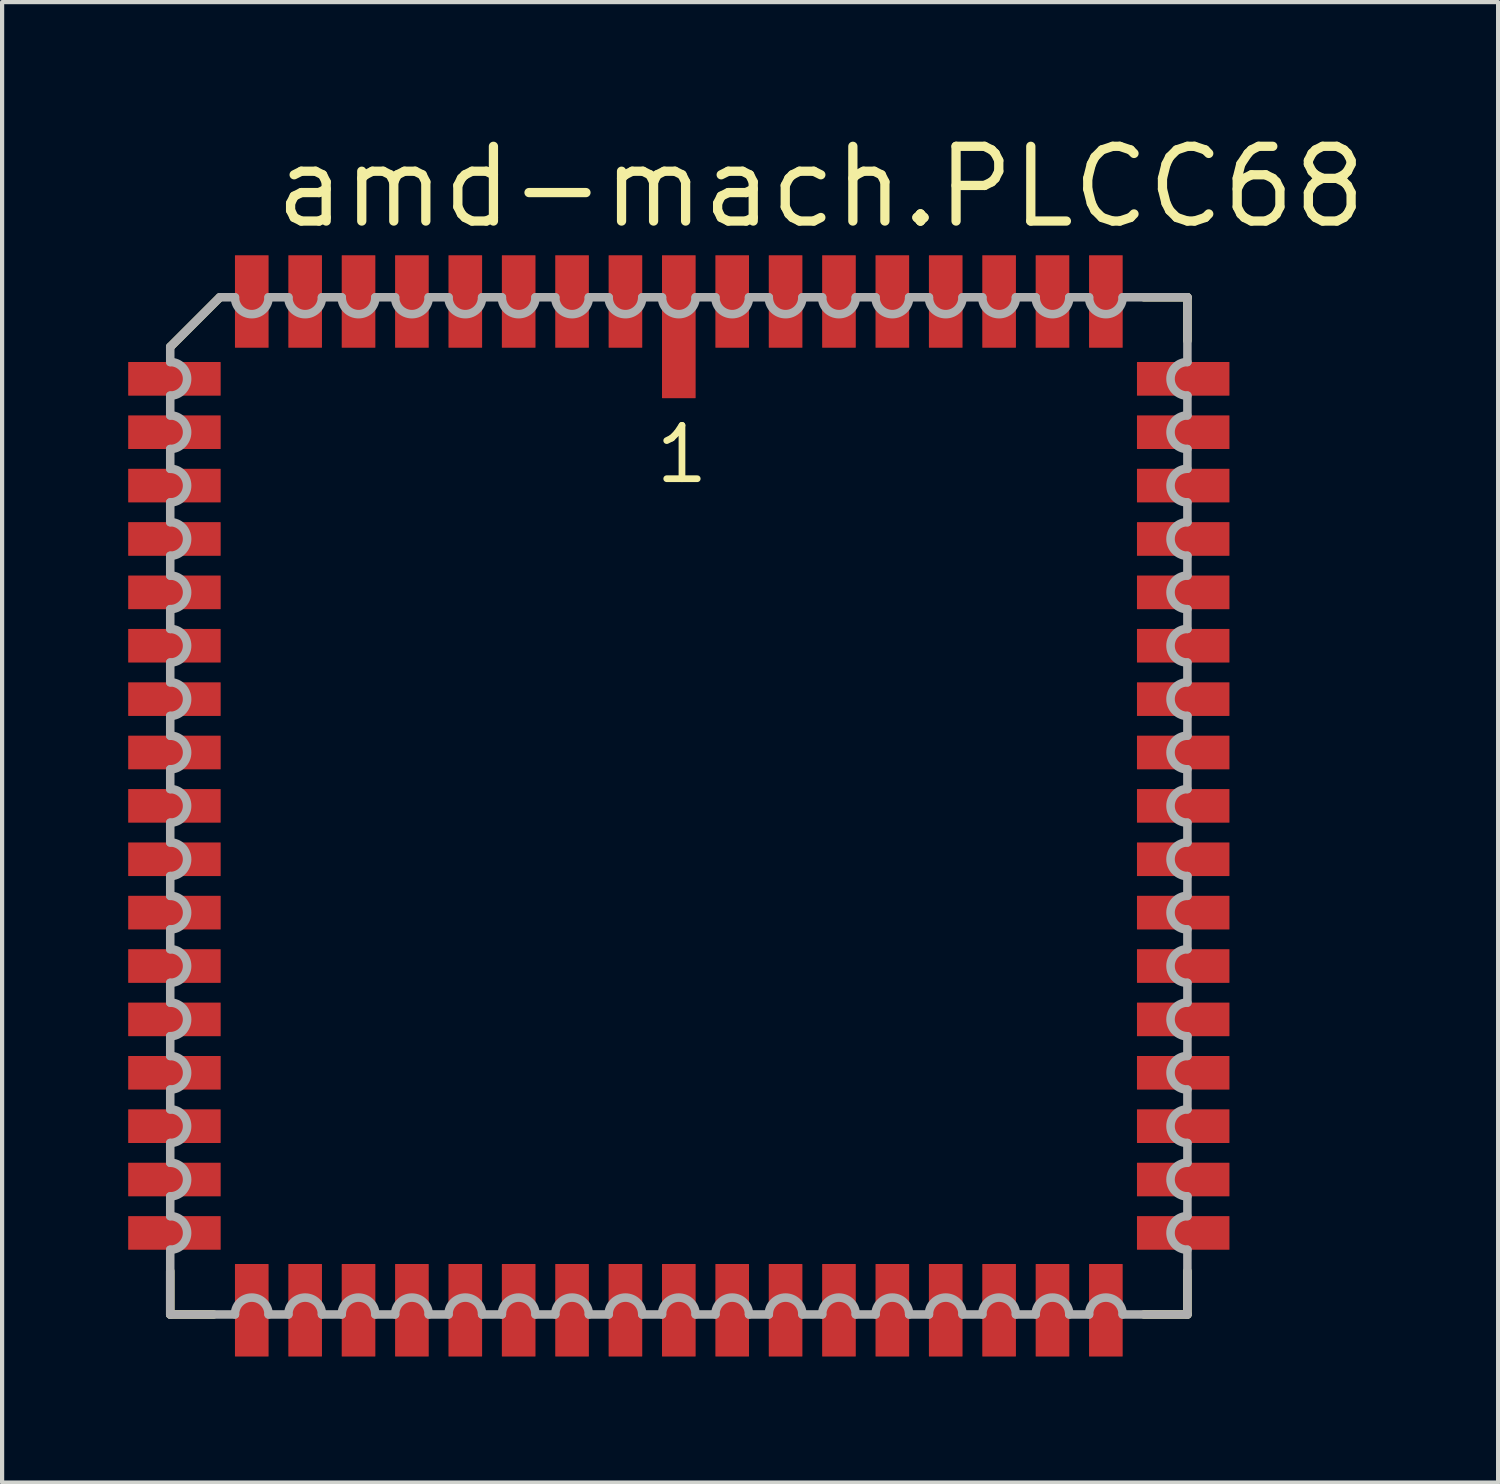
<source format=kicad_pcb>
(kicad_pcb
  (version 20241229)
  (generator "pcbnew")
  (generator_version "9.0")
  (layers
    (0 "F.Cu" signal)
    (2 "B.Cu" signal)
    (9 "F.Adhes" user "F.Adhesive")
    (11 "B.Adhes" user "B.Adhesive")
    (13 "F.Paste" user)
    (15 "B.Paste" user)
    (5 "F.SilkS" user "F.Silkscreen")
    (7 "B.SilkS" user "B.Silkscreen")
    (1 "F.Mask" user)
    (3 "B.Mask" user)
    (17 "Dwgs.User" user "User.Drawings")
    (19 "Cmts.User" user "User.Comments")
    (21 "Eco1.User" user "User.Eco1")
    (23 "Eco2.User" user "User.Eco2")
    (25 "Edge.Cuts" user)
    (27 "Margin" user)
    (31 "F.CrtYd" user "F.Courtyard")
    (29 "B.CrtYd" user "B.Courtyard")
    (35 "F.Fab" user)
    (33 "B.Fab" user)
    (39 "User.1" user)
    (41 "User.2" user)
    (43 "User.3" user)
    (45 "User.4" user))
  (footprint "amd-mach.PLCC68"
    (layer "F.Cu")
    (at 13.1 16.123)
    (property "Reference" "amd-mach.PLCC68" (at -9.72 -13.685 0) (layer "F.SilkS") (effects (font (size 1.778 1.778) (thickness 0.22)) (justify left bottom)))
    (attr smd)
    (fp_line (start -12.1 11.068) (end -12.1 12.1) (stroke (width 0.203) (type default)) (layer "F.SilkS"))
    (fp_line (start -12.1 12.1) (end -11.068 12.1) (stroke (width 0.203) (type default)) (layer "F.SilkS"))
    (fp_line (start -10.92 -12.1) (end -12.1 -10.92) (stroke (width 0.203) (type default)) (layer "F.SilkS"))
    (fp_line (start 11.068 12.1) (end 12.1 12.1) (stroke (width 0.203) (type default)) (layer "F.SilkS"))
    (fp_line (start 12.1 -12.1) (end 11.068 -12.1) (stroke (width 0.203) (type default)) (layer "F.SilkS"))
    (fp_line (start 12.1 -11.068) (end 12.1 -12.1) (stroke (width 0.203) (type default)) (layer "F.SilkS"))
    (fp_line (start 12.1 12.1) (end 12.1 11.068) (stroke (width 0.203) (type default)) (layer "F.SilkS"))
    (fp_line (start -12.1 -10.92) (end -12.1 -10.56) (stroke (width 0.203) (type default)) (layer "F.Fab"))
    (fp_line (start -12.1 -9.76) (end -12.1 -9.29) (stroke (width 0.203) (type default)) (layer "F.Fab"))
    (fp_line (start -12.1 -8.49) (end -12.1 -8.02) (stroke (width 0.203) (type default)) (layer "F.Fab"))
    (fp_line (start -12.1 -7.22) (end -12.1 -6.75) (stroke (width 0.203) (type default)) (layer "F.Fab"))
    (fp_line (start -12.1 -5.95) (end -12.1 -5.48) (stroke (width 0.203) (type default)) (layer "F.Fab"))
    (fp_line (start -12.1 -4.68) (end -12.1 -4.21) (stroke (width 0.203) (type default)) (layer "F.Fab"))
    (fp_line (start -12.1 -3.41) (end -12.1 -2.94) (stroke (width 0.203) (type default)) (layer "F.Fab"))
    (fp_line (start -12.1 -2.14) (end -12.1 -1.67) (stroke (width 0.203) (type default)) (layer "F.Fab"))
    (fp_line (start -12.1 -0.87) (end -12.1 -0.4) (stroke (width 0.203) (type default)) (layer "F.Fab"))
    (fp_line (start -12.1 0.4) (end -12.1 0.87) (stroke (width 0.203) (type default)) (layer "F.Fab"))
    (fp_line (start -12.1 1.67) (end -12.1 2.14) (stroke (width 0.203) (type default)) (layer "F.Fab"))
    (fp_line (start -12.1 2.94) (end -12.1 3.41) (stroke (width 0.203) (type default)) (layer "F.Fab"))
    (fp_line (start -12.1 4.21) (end -12.1 4.68) (stroke (width 0.203) (type default)) (layer "F.Fab"))
    (fp_line (start -12.1 5.48) (end -12.1 5.95) (stroke (width 0.203) (type default)) (layer "F.Fab"))
    (fp_line (start -12.1 6.75) (end -12.1 7.22) (stroke (width 0.203) (type default)) (layer "F.Fab"))
    (fp_line (start -12.1 8.02) (end -12.1 8.49) (stroke (width 0.203) (type default)) (layer "F.Fab"))
    (fp_line (start -12.1 9.29) (end -12.1 9.76) (stroke (width 0.203) (type default)) (layer "F.Fab"))
    (fp_line (start -12.1 10.56) (end -12.1 12.1) (stroke (width 0.203) (type default)) (layer "F.Fab"))
    (fp_line (start -12.1 12.1) (end -10.56 12.1) (stroke (width 0.203) (type default)) (layer "F.Fab"))
    (fp_line (start -10.92 -12.1) (end -12.1 -10.92) (stroke (width 0.203) (type default)) (layer "F.Fab"))
    (fp_line (start -10.56 -12.1) (end -10.92 -12.1) (stroke (width 0.203) (type default)) (layer "F.Fab"))
    (fp_line (start -9.76 12.1) (end -9.29 12.1) (stroke (width 0.203) (type default)) (layer "F.Fab"))
    (fp_line (start -9.29 -12.1) (end -9.76 -12.1) (stroke (width 0.203) (type default)) (layer "F.Fab"))
    (fp_line (start -8.49 12.1) (end -8.02 12.1) (stroke (width 0.203) (type default)) (layer "F.Fab"))
    (fp_line (start -8.02 -12.1) (end -8.49 -12.1) (stroke (width 0.203) (type default)) (layer "F.Fab"))
    (fp_line (start -7.22 12.1) (end -6.75 12.1) (stroke (width 0.203) (type default)) (layer "F.Fab"))
    (fp_line (start -6.75 -12.1) (end -7.22 -12.1) (stroke (width 0.203) (type default)) (layer "F.Fab"))
    (fp_line (start -5.95 12.1) (end -5.48 12.1) (stroke (width 0.203) (type default)) (layer "F.Fab"))
    (fp_line (start -5.48 -12.1) (end -5.95 -12.1) (stroke (width 0.203) (type default)) (layer "F.Fab"))
    (fp_line (start -4.68 12.1) (end -4.21 12.1) (stroke (width 0.203) (type default)) (layer "F.Fab"))
    (fp_line (start -4.21 -12.1) (end -4.68 -12.1) (stroke (width 0.203) (type default)) (layer "F.Fab"))
    (fp_line (start -3.41 12.1) (end -2.94 12.1) (stroke (width 0.203) (type default)) (layer "F.Fab"))
    (fp_line (start -2.94 -12.1) (end -3.41 -12.1) (stroke (width 0.203) (type default)) (layer "F.Fab"))
    (fp_line (start -2.14 12.1) (end -1.67 12.1) (stroke (width 0.203) (type default)) (layer "F.Fab"))
    (fp_line (start -1.67 -12.1) (end -2.14 -12.1) (stroke (width 0.203) (type default)) (layer "F.Fab"))
    (fp_line (start -0.87 12.1) (end -0.4 12.1) (stroke (width 0.203) (type default)) (layer "F.Fab"))
    (fp_line (start -0.4 -12.1) (end -0.87 -12.1) (stroke (width 0.203) (type default)) (layer "F.Fab"))
    (fp_line (start 0.4 12.1) (end 0.87 12.1) (stroke (width 0.203) (type default)) (layer "F.Fab"))
    (fp_line (start 0.87 -12.1) (end 0.4 -12.1) (stroke (width 0.203) (type default)) (layer "F.Fab"))
    (fp_line (start 1.67 12.1) (end 2.14 12.1) (stroke (width 0.203) (type default)) (layer "F.Fab"))
    (fp_line (start 2.14 -12.1) (end 1.67 -12.1) (stroke (width 0.203) (type default)) (layer "F.Fab"))
    (fp_line (start 2.94 12.1) (end 3.41 12.1) (stroke (width 0.203) (type default)) (layer "F.Fab"))
    (fp_line (start 3.41 -12.1) (end 2.94 -12.1) (stroke (width 0.203) (type default)) (layer "F.Fab"))
    (fp_line (start 4.21 12.1) (end 4.68 12.1) (stroke (width 0.203) (type default)) (layer "F.Fab"))
    (fp_line (start 4.68 -12.1) (end 4.21 -12.1) (stroke (width 0.203) (type default)) (layer "F.Fab"))
    (fp_line (start 5.48 12.1) (end 5.95 12.1) (stroke (width 0.203) (type default)) (layer "F.Fab"))
    (fp_line (start 5.95 -12.1) (end 5.48 -12.1) (stroke (width 0.203) (type default)) (layer "F.Fab"))
    (fp_line (start 6.75 12.1) (end 7.22 12.1) (stroke (width 0.203) (type default)) (layer "F.Fab"))
    (fp_line (start 7.22 -12.1) (end 6.75 -12.1) (stroke (width 0.203) (type default)) (layer "F.Fab"))
    (fp_line (start 8.02 12.1) (end 8.49 12.1) (stroke (width 0.203) (type default)) (layer "F.Fab"))
    (fp_line (start 8.49 -12.1) (end 8.02 -12.1) (stroke (width 0.203) (type default)) (layer "F.Fab"))
    (fp_line (start 9.29 12.1) (end 9.76 12.1) (stroke (width 0.203) (type default)) (layer "F.Fab"))
    (fp_line (start 9.76 -12.1) (end 9.29 -12.1) (stroke (width 0.203) (type default)) (layer "F.Fab"))
    (fp_line (start 10.56 12.1) (end 12.1 12.1) (stroke (width 0.203) (type default)) (layer "F.Fab"))
    (fp_line (start 12.1 -12.1) (end 10.56 -12.1) (stroke (width 0.203) (type default)) (layer "F.Fab"))
    (fp_line (start 12.1 -10.56) (end 12.1 -12.1) (stroke (width 0.203) (type default)) (layer "F.Fab"))
    (fp_line (start 12.1 -9.29) (end 12.1 -9.76) (stroke (width 0.203) (type default)) (layer "F.Fab"))
    (fp_line (start 12.1 -8.02) (end 12.1 -8.49) (stroke (width 0.203) (type default)) (layer "F.Fab"))
    (fp_line (start 12.1 -6.75) (end 12.1 -7.22) (stroke (width 0.203) (type default)) (layer "F.Fab"))
    (fp_line (start 12.1 -5.48) (end 12.1 -5.95) (stroke (width 0.203) (type default)) (layer "F.Fab"))
    (fp_line (start 12.1 -4.21) (end 12.1 -4.68) (stroke (width 0.203) (type default)) (layer "F.Fab"))
    (fp_line (start 12.1 -2.94) (end 12.1 -3.41) (stroke (width 0.203) (type default)) (layer "F.Fab"))
    (fp_line (start 12.1 -1.67) (end 12.1 -2.14) (stroke (width 0.203) (type default)) (layer "F.Fab"))
    (fp_line (start 12.1 -0.4) (end 12.1 -0.87) (stroke (width 0.203) (type default)) (layer "F.Fab"))
    (fp_line (start 12.1 0.87) (end 12.1 0.4) (stroke (width 0.203) (type default)) (layer "F.Fab"))
    (fp_line (start 12.1 2.14) (end 12.1 1.67) (stroke (width 0.203) (type default)) (layer "F.Fab"))
    (fp_line (start 12.1 3.41) (end 12.1 2.94) (stroke (width 0.203) (type default)) (layer "F.Fab"))
    (fp_line (start 12.1 4.68) (end 12.1 4.21) (stroke (width 0.203) (type default)) (layer "F.Fab"))
    (fp_line (start 12.1 5.95) (end 12.1 5.48) (stroke (width 0.203) (type default)) (layer "F.Fab"))
    (fp_line (start 12.1 7.22) (end 12.1 6.75) (stroke (width 0.203) (type default)) (layer "F.Fab"))
    (fp_line (start 12.1 8.49) (end 12.1 8.02) (stroke (width 0.203) (type default)) (layer "F.Fab"))
    (fp_line (start 12.1 9.76) (end 12.1 9.29) (stroke (width 0.203) (type default)) (layer "F.Fab"))
    (fp_line (start 12.1 12.1) (end 12.1 10.56) (stroke (width 0.203) (type default)) (layer "F.Fab"))
    (fp_arc (start -12.0984 -10.56) (mid -11.6984 -10.16) (end -12.0984 -9.76) (stroke (width 0.2032) (type default)) (layer "F.Fab"))
    (fp_arc (start -12.0984 -9.29) (mid -11.6984 -8.89) (end -12.0984 -8.49) (stroke (width 0.2032) (type default)) (layer "F.Fab"))
    (fp_arc (start -12.0984 -8.02) (mid -11.6984 -7.62) (end -12.0984 -7.22) (stroke (width 0.2032) (type default)) (layer "F.Fab"))
    (fp_arc (start -12.0984 -6.75) (mid -11.6984 -6.35) (end -12.0984 -5.95) (stroke (width 0.2032) (type default)) (layer "F.Fab"))
    (fp_arc (start -12.0984 -5.48) (mid -11.6984 -5.08) (end -12.0984 -4.68) (stroke (width 0.2032) (type default)) (layer "F.Fab"))
    (fp_arc (start -12.0984 -4.21) (mid -11.6984 -3.81) (end -12.0984 -3.41) (stroke (width 0.2032) (type default)) (layer "F.Fab"))
    (fp_arc (start -12.0984 -2.94) (mid -11.6984 -2.54) (end -12.0984 -2.14) (stroke (width 0.2032) (type default)) (layer "F.Fab"))
    (fp_arc (start -12.0984 -1.67) (mid -11.6984 -1.27) (end -12.0984 -0.87) (stroke (width 0.2032) (type default)) (layer "F.Fab"))
    (fp_arc (start -12.0984 -0.4) (mid -11.6984 0) (end -12.0984 0.4) (stroke (width 0.2032) (type default)) (layer "F.Fab"))
    (fp_arc (start -12.0984 0.87) (mid -11.6984 1.27) (end -12.0984 1.67) (stroke (width 0.2032) (type default)) (layer "F.Fab"))
    (fp_arc (start -12.0984 2.14) (mid -11.6984 2.54) (end -12.0984 2.94) (stroke (width 0.2032) (type default)) (layer "F.Fab"))
    (fp_arc (start -12.0984 3.41) (mid -11.6984 3.81) (end -12.0984 4.21) (stroke (width 0.2032) (type default)) (layer "F.Fab"))
    (fp_arc (start -12.0984 4.68) (mid -11.6984 5.08) (end -12.0984 5.48) (stroke (width 0.2032) (type default)) (layer "F.Fab"))
    (fp_arc (start -12.0984 5.95) (mid -11.6984 6.35) (end -12.0984 6.75) (stroke (width 0.2032) (type default)) (layer "F.Fab"))
    (fp_arc (start -12.0984 7.22) (mid -11.6984 7.62) (end -12.0984 8.02) (stroke (width 0.2032) (type default)) (layer "F.Fab"))
    (fp_arc (start -12.0984 8.49) (mid -11.6984 8.89) (end -12.0984 9.29) (stroke (width 0.2032) (type default)) (layer "F.Fab"))
    (fp_arc (start -12.0984 9.76) (mid -11.6984 10.16) (end -12.0984 10.56) (stroke (width 0.2032) (type default)) (layer "F.Fab"))
    (fp_arc (start -10.56 12.0984) (mid -10.16 11.6984) (end -9.76 12.0984) (stroke (width 0.2032) (type default)) (layer "F.Fab"))
    (fp_arc (start -9.76 -12.0984) (mid -10.16 -11.6984) (end -10.56 -12.0984) (stroke (width 0.2032) (type default)) (layer "F.Fab"))
    (fp_arc (start -9.29 12.0984) (mid -8.89 11.6984) (end -8.49 12.0984) (stroke (width 0.2032) (type default)) (layer "F.Fab"))
    (fp_arc (start -8.49 -12.0984) (mid -8.89 -11.6984) (end -9.29 -12.0984) (stroke (width 0.2032) (type default)) (layer "F.Fab"))
    (fp_arc (start -8.02 12.0984) (mid -7.62 11.6984) (end -7.22 12.0984) (stroke (width 0.2032) (type default)) (layer "F.Fab"))
    (fp_arc (start -7.22 -12.0984) (mid -7.62 -11.6984) (end -8.02 -12.0984) (stroke (width 0.2032) (type default)) (layer "F.Fab"))
    (fp_arc (start -6.75 12.0984) (mid -6.35 11.6984) (end -5.95 12.0984) (stroke (width 0.2032) (type default)) (layer "F.Fab"))
    (fp_arc (start -5.95 -12.0984) (mid -6.35 -11.6984) (end -6.75 -12.0984) (stroke (width 0.2032) (type default)) (layer "F.Fab"))
    (fp_arc (start -5.48 12.0984) (mid -5.08 11.6984) (end -4.68 12.0984) (stroke (width 0.2032) (type default)) (layer "F.Fab"))
    (fp_arc (start -4.68 -12.0984) (mid -5.08 -11.6984) (end -5.48 -12.0984) (stroke (width 0.2032) (type default)) (layer "F.Fab"))
    (fp_arc (start -4.21 12.0984) (mid -3.81 11.6984) (end -3.41 12.0984) (stroke (width 0.2032) (type default)) (layer "F.Fab"))
    (fp_arc (start -3.41 -12.0984) (mid -3.81 -11.6984) (end -4.21 -12.0984) (stroke (width 0.2032) (type default)) (layer "F.Fab"))
    (fp_arc (start -2.94 12.0984) (mid -2.54 11.6984) (end -2.14 12.0984) (stroke (width 0.2032) (type default)) (layer "F.Fab"))
    (fp_arc (start -2.14 -12.0984) (mid -2.54 -11.6984) (end -2.94 -12.0984) (stroke (width 0.2032) (type default)) (layer "F.Fab"))
    (fp_arc (start -1.67 12.0984) (mid -1.27 11.6984) (end -0.87 12.0984) (stroke (width 0.2032) (type default)) (layer "F.Fab"))
    (fp_arc (start -0.87 -12.0984) (mid -1.27 -11.6984) (end -1.67 -12.0984) (stroke (width 0.2032) (type default)) (layer "F.Fab"))
    (fp_arc (start -0.4 12.0984) (mid 0 11.6984) (end 0.4 12.0984) (stroke (width 0.2032) (type default)) (layer "F.Fab"))
    (fp_arc (start 0.4 -12.0984) (mid 0 -11.6984) (end -0.4 -12.0984) (stroke (width 0.2032) (type default)) (layer "F.Fab"))
    (fp_arc (start 0.87 12.0984) (mid 1.27 11.6984) (end 1.67 12.0984) (stroke (width 0.2032) (type default)) (layer "F.Fab"))
    (fp_arc (start 1.67 -12.0984) (mid 1.27 -11.6984) (end 0.87 -12.0984) (stroke (width 0.2032) (type default)) (layer "F.Fab"))
    (fp_arc (start 2.14 12.0984) (mid 2.54 11.6984) (end 2.94 12.0984) (stroke (width 0.2032) (type default)) (layer "F.Fab"))
    (fp_arc (start 2.94 -12.0984) (mid 2.54 -11.6984) (end 2.14 -12.0984) (stroke (width 0.2032) (type default)) (layer "F.Fab"))
    (fp_arc (start 3.41 12.0984) (mid 3.81 11.6984) (end 4.21 12.0984) (stroke (width 0.2032) (type default)) (layer "F.Fab"))
    (fp_arc (start 4.21 -12.0984) (mid 3.81 -11.6984) (end 3.41 -12.0984) (stroke (width 0.2032) (type default)) (layer "F.Fab"))
    (fp_arc (start 4.68 12.0984) (mid 5.08 11.6984) (end 5.48 12.0984) (stroke (width 0.2032) (type default)) (layer "F.Fab"))
    (fp_arc (start 5.48 -12.0984) (mid 5.08 -11.6984) (end 4.68 -12.0984) (stroke (width 0.2032) (type default)) (layer "F.Fab"))
    (fp_arc (start 5.95 12.0984) (mid 6.35 11.6984) (end 6.75 12.0984) (stroke (width 0.2032) (type default)) (layer "F.Fab"))
    (fp_arc (start 6.75 -12.0984) (mid 6.35 -11.6984) (end 5.95 -12.0984) (stroke (width 0.2032) (type default)) (layer "F.Fab"))
    (fp_arc (start 7.22 12.0984) (mid 7.62 11.6984) (end 8.02 12.0984) (stroke (width 0.2032) (type default)) (layer "F.Fab"))
    (fp_arc (start 8.02 -12.0984) (mid 7.62 -11.6984) (end 7.22 -12.0984) (stroke (width 0.2032) (type default)) (layer "F.Fab"))
    (fp_arc (start 8.49 12.0984) (mid 8.89 11.6984) (end 9.29 12.0984) (stroke (width 0.2032) (type default)) (layer "F.Fab"))
    (fp_arc (start 9.29 -12.0984) (mid 8.89 -11.6984) (end 8.49 -12.0984) (stroke (width 0.2032) (type default)) (layer "F.Fab"))
    (fp_arc (start 9.76 12.0984) (mid 10.16 11.6984) (end 10.56 12.0984) (stroke (width 0.2032) (type default)) (layer "F.Fab"))
    (fp_arc (start 10.56 -12.0984) (mid 10.16 -11.6984) (end 9.76 -12.0984) (stroke (width 0.2032) (type default)) (layer "F.Fab"))
    (fp_arc (start 12.0984 -9.76) (mid 11.6984 -10.16) (end 12.0984 -10.56) (stroke (width 0.2032) (type default)) (layer "F.Fab"))
    (fp_arc (start 12.0984 -8.49) (mid 11.6984 -8.89) (end 12.0984 -9.29) (stroke (width 0.2032) (type default)) (layer "F.Fab"))
    (fp_arc (start 12.0984 -7.22) (mid 11.6984 -7.62) (end 12.0984 -8.02) (stroke (width 0.2032) (type default)) (layer "F.Fab"))
    (fp_arc (start 12.0984 -5.95) (mid 11.6984 -6.35) (end 12.0984 -6.75) (stroke (width 0.2032) (type default)) (layer "F.Fab"))
    (fp_arc (start 12.0984 -4.68) (mid 11.6984 -5.08) (end 12.0984 -5.48) (stroke (width 0.2032) (type default)) (layer "F.Fab"))
    (fp_arc (start 12.0984 -3.41) (mid 11.6984 -3.81) (end 12.0984 -4.21) (stroke (width 0.2032) (type default)) (layer "F.Fab"))
    (fp_arc (start 12.0984 -2.14) (mid 11.6984 -2.54) (end 12.0984 -2.94) (stroke (width 0.2032) (type default)) (layer "F.Fab"))
    (fp_arc (start 12.0984 -0.87) (mid 11.6984 -1.27) (end 12.0984 -1.67) (stroke (width 0.2032) (type default)) (layer "F.Fab"))
    (fp_arc (start 12.0984 0.4) (mid 11.6984 0) (end 12.0984 -0.4) (stroke (width 0.2032) (type default)) (layer "F.Fab"))
    (fp_arc (start 12.0984 1.67) (mid 11.6984 1.27) (end 12.0984 0.87) (stroke (width 0.2032) (type default)) (layer "F.Fab"))
    (fp_arc (start 12.0984 2.94) (mid 11.6984 2.54) (end 12.0984 2.14) (stroke (width 0.2032) (type default)) (layer "F.Fab"))
    (fp_arc (start 12.0984 4.21) (mid 11.6984 3.81) (end 12.0984 3.41) (stroke (width 0.2032) (type default)) (layer "F.Fab"))
    (fp_arc (start 12.0984 5.48) (mid 11.6984 5.08) (end 12.0984 4.68) (stroke (width 0.2032) (type default)) (layer "F.Fab"))
    (fp_arc (start 12.0984 6.75) (mid 11.6984 6.35) (end 12.0984 5.95) (stroke (width 0.2032) (type default)) (layer "F.Fab"))
    (fp_arc (start 12.0984 8.02) (mid 11.6984 7.62) (end 12.0984 7.22) (stroke (width 0.2032) (type default)) (layer "F.Fab"))
    (fp_arc (start 12.0984 9.29) (mid 11.6984 8.89) (end 12.0984 8.49) (stroke (width 0.2032) (type default)) (layer "F.Fab"))
    (fp_arc (start 12.0984 10.56) (mid 11.6984 10.16) (end 12.0984 9.76) (stroke (width 0.2032) (type default)) (layer "F.Fab"))
    (fp_text user "1" (at -0.635 -7.62 0) (layer "F.SilkS") (effects (font (size 1.27 1.27) (thickness 0.16)) (justify left bottom)))
    (pad "1" smd roundrect (at 0 -11.4) (size 0.8 3.4) (layers "F.Cu" "F.Mask" "F.Paste") (roundrect_rratio 0.01))
    (pad "2" smd roundrect (at -1.27 -12) (size 0.8 2.2) (layers "F.Cu" "F.Mask" "F.Paste") (roundrect_rratio 0.01))
    (pad "3" smd roundrect (at -2.54 -12) (size 0.8 2.2) (layers "F.Cu" "F.Mask" "F.Paste") (roundrect_rratio 0.01))
    (pad "4" smd roundrect (at -3.81 -12) (size 0.8 2.2) (layers "F.Cu" "F.Mask" "F.Paste") (roundrect_rratio 0.01))
    (pad "5" smd roundrect (at -5.08 -12) (size 0.8 2.2) (layers "F.Cu" "F.Mask" "F.Paste") (roundrect_rratio 0.01))
    (pad "6" smd roundrect (at -6.35 -12) (size 0.8 2.2) (layers "F.Cu" "F.Mask" "F.Paste") (roundrect_rratio 0.01))
    (pad "7" smd roundrect (at -7.62 -12) (size 0.8 2.2) (layers "F.Cu" "F.Mask" "F.Paste") (roundrect_rratio 0.01))
    (pad "8" smd roundrect (at -8.89 -12) (size 0.8 2.2) (layers "F.Cu" "F.Mask" "F.Paste") (roundrect_rratio 0.01))
    (pad "9" smd roundrect (at -10.16 -12) (size 0.8 2.2) (layers "F.Cu" "F.Mask" "F.Paste") (roundrect_rratio 0.01))
    (pad "10" smd roundrect (at -12 -10.16) (size 2.2 0.8) (layers "F.Cu" "F.Mask" "F.Paste") (roundrect_rratio 0.01))
    (pad "11" smd roundrect (at -12 -8.89) (size 2.2 0.8) (layers "F.Cu" "F.Mask" "F.Paste") (roundrect_rratio 0.01))
    (pad "12" smd roundrect (at -12 -7.62) (size 2.2 0.8) (layers "F.Cu" "F.Mask" "F.Paste") (roundrect_rratio 0.01))
    (pad "13" smd roundrect (at -12 -6.35) (size 2.2 0.8) (layers "F.Cu" "F.Mask" "F.Paste") (roundrect_rratio 0.01))
    (pad "14" smd roundrect (at -12 -5.08) (size 2.2 0.8) (layers "F.Cu" "F.Mask" "F.Paste") (roundrect_rratio 0.01))
    (pad "15" smd roundrect (at -12 -3.81) (size 2.2 0.8) (layers "F.Cu" "F.Mask" "F.Paste") (roundrect_rratio 0.01))
    (pad "16" smd roundrect (at -12 -2.54) (size 2.2 0.8) (layers "F.Cu" "F.Mask" "F.Paste") (roundrect_rratio 0.01))
    (pad "17" smd roundrect (at -12 -1.27) (size 2.2 0.8) (layers "F.Cu" "F.Mask" "F.Paste") (roundrect_rratio 0.01))
    (pad "18" smd roundrect (at -12 0) (size 2.2 0.8) (layers "F.Cu" "F.Mask" "F.Paste") (roundrect_rratio 0.01))
    (pad "19" smd roundrect (at -12 1.27) (size 2.2 0.8) (layers "F.Cu" "F.Mask" "F.Paste") (roundrect_rratio 0.01))
    (pad "20" smd roundrect (at -12 2.54) (size 2.2 0.8) (layers "F.Cu" "F.Mask" "F.Paste") (roundrect_rratio 0.01))
    (pad "21" smd roundrect (at -12 3.81) (size 2.2 0.8) (layers "F.Cu" "F.Mask" "F.Paste") (roundrect_rratio 0.01))
    (pad "22" smd roundrect (at -12 5.08) (size 2.2 0.8) (layers "F.Cu" "F.Mask" "F.Paste") (roundrect_rratio 0.01))
    (pad "23" smd roundrect (at -12 6.35) (size 2.2 0.8) (layers "F.Cu" "F.Mask" "F.Paste") (roundrect_rratio 0.01))
    (pad "24" smd roundrect (at -12 7.62) (size 2.2 0.8) (layers "F.Cu" "F.Mask" "F.Paste") (roundrect_rratio 0.01))
    (pad "25" smd roundrect (at -12 8.89) (size 2.2 0.8) (layers "F.Cu" "F.Mask" "F.Paste") (roundrect_rratio 0.01))
    (pad "26" smd roundrect (at -12 10.16) (size 2.2 0.8) (layers "F.Cu" "F.Mask" "F.Paste") (roundrect_rratio 0.01))
    (pad "27" smd roundrect (at -10.16 12) (size 0.8 2.2) (layers "F.Cu" "F.Mask" "F.Paste") (roundrect_rratio 0.01))
    (pad "28" smd roundrect (at -8.89 12) (size 0.8 2.2) (layers "F.Cu" "F.Mask" "F.Paste") (roundrect_rratio 0.01))
    (pad "29" smd roundrect (at -7.62 12) (size 0.8 2.2) (layers "F.Cu" "F.Mask" "F.Paste") (roundrect_rratio 0.01))
    (pad "30" smd roundrect (at -6.35 12) (size 0.8 2.2) (layers "F.Cu" "F.Mask" "F.Paste") (roundrect_rratio 0.01))
    (pad "31" smd roundrect (at -5.08 12) (size 0.8 2.2) (layers "F.Cu" "F.Mask" "F.Paste") (roundrect_rratio 0.01))
    (pad "32" smd roundrect (at -3.81 12) (size 0.8 2.2) (layers "F.Cu" "F.Mask" "F.Paste") (roundrect_rratio 0.01))
    (pad "33" smd roundrect (at -2.54 12) (size 0.8 2.2) (layers "F.Cu" "F.Mask" "F.Paste") (roundrect_rratio 0.01))
    (pad "34" smd roundrect (at -1.27 12) (size 0.8 2.2) (layers "F.Cu" "F.Mask" "F.Paste") (roundrect_rratio 0.01))
    (pad "35" smd roundrect (at 0 12) (size 0.8 2.2) (layers "F.Cu" "F.Mask" "F.Paste") (roundrect_rratio 0.01))
    (pad "36" smd roundrect (at 1.27 12) (size 0.8 2.2) (layers "F.Cu" "F.Mask" "F.Paste") (roundrect_rratio 0.01))
    (pad "37" smd roundrect (at 2.54 12) (size 0.8 2.2) (layers "F.Cu" "F.Mask" "F.Paste") (roundrect_rratio 0.01))
    (pad "38" smd roundrect (at 3.81 12) (size 0.8 2.2) (layers "F.Cu" "F.Mask" "F.Paste") (roundrect_rratio 0.01))
    (pad "39" smd roundrect (at 5.08 12) (size 0.8 2.2) (layers "F.Cu" "F.Mask" "F.Paste") (roundrect_rratio 0.01))
    (pad "40" smd roundrect (at 6.35 12) (size 0.8 2.2) (layers "F.Cu" "F.Mask" "F.Paste") (roundrect_rratio 0.01))
    (pad "41" smd roundrect (at 7.62 12) (size 0.8 2.2) (layers "F.Cu" "F.Mask" "F.Paste") (roundrect_rratio 0.01))
    (pad "42" smd roundrect (at 8.89 12) (size 0.8 2.2) (layers "F.Cu" "F.Mask" "F.Paste") (roundrect_rratio 0.01))
    (pad "43" smd roundrect (at 10.16 12) (size 0.8 2.2) (layers "F.Cu" "F.Mask" "F.Paste") (roundrect_rratio 0.01))
    (pad "44" smd roundrect (at 12 10.16) (size 2.2 0.8) (layers "F.Cu" "F.Mask" "F.Paste") (roundrect_rratio 0.01))
    (pad "45" smd roundrect (at 12 8.89) (size 2.2 0.8) (layers "F.Cu" "F.Mask" "F.Paste") (roundrect_rratio 0.01))
    (pad "46" smd roundrect (at 12 7.62) (size 2.2 0.8) (layers "F.Cu" "F.Mask" "F.Paste") (roundrect_rratio 0.01))
    (pad "47" smd roundrect (at 12 6.35) (size 2.2 0.8) (layers "F.Cu" "F.Mask" "F.Paste") (roundrect_rratio 0.01))
    (pad "48" smd roundrect (at 12 5.08) (size 2.2 0.8) (layers "F.Cu" "F.Mask" "F.Paste") (roundrect_rratio 0.01))
    (pad "49" smd roundrect (at 12 3.81) (size 2.2 0.8) (layers "F.Cu" "F.Mask" "F.Paste") (roundrect_rratio 0.01))
    (pad "50" smd roundrect (at 12 2.54) (size 2.2 0.8) (layers "F.Cu" "F.Mask" "F.Paste") (roundrect_rratio 0.01))
    (pad "51" smd roundrect (at 12 1.27) (size 2.2 0.8) (layers "F.Cu" "F.Mask" "F.Paste") (roundrect_rratio 0.01))
    (pad "52" smd roundrect (at 12 0) (size 2.2 0.8) (layers "F.Cu" "F.Mask" "F.Paste") (roundrect_rratio 0.01))
    (pad "53" smd roundrect (at 12 -1.27) (size 2.2 0.8) (layers "F.Cu" "F.Mask" "F.Paste") (roundrect_rratio 0.01))
    (pad "54" smd roundrect (at 12 -2.54) (size 2.2 0.8) (layers "F.Cu" "F.Mask" "F.Paste") (roundrect_rratio 0.01))
    (pad "55" smd roundrect (at 12 -3.81) (size 2.2 0.8) (layers "F.Cu" "F.Mask" "F.Paste") (roundrect_rratio 0.01))
    (pad "56" smd roundrect (at 12 -5.08) (size 2.2 0.8) (layers "F.Cu" "F.Mask" "F.Paste") (roundrect_rratio 0.01))
    (pad "57" smd roundrect (at 12 -6.35) (size 2.2 0.8) (layers "F.Cu" "F.Mask" "F.Paste") (roundrect_rratio 0.01))
    (pad "58" smd roundrect (at 12 -7.62) (size 2.2 0.8) (layers "F.Cu" "F.Mask" "F.Paste") (roundrect_rratio 0.01))
    (pad "59" smd roundrect (at 12 -8.89) (size 2.2 0.8) (layers "F.Cu" "F.Mask" "F.Paste") (roundrect_rratio 0.01))
    (pad "60" smd roundrect (at 12 -10.16) (size 2.2 0.8) (layers "F.Cu" "F.Mask" "F.Paste") (roundrect_rratio 0.01))
    (pad "61" smd roundrect (at 10.16 -12) (size 0.8 2.2) (layers "F.Cu" "F.Mask" "F.Paste") (roundrect_rratio 0.01))
    (pad "62" smd roundrect (at 8.89 -12) (size 0.8 2.2) (layers "F.Cu" "F.Mask" "F.Paste") (roundrect_rratio 0.01))
    (pad "63" smd roundrect (at 7.62 -12) (size 0.8 2.2) (layers "F.Cu" "F.Mask" "F.Paste") (roundrect_rratio 0.01))
    (pad "64" smd roundrect (at 6.35 -12) (size 0.8 2.2) (layers "F.Cu" "F.Mask" "F.Paste") (roundrect_rratio 0.01))
    (pad "65" smd roundrect (at 5.08 -12) (size 0.8 2.2) (layers "F.Cu" "F.Mask" "F.Paste") (roundrect_rratio 0.01))
    (pad "66" smd roundrect (at 3.81 -12) (size 0.8 2.2) (layers "F.Cu" "F.Mask" "F.Paste") (roundrect_rratio 0.01))
    (pad "67" smd roundrect (at 2.54 -12) (size 0.8 2.2) (layers "F.Cu" "F.Mask" "F.Paste") (roundrect_rratio 0.01))
    (pad "68" smd roundrect (at 1.27 -12) (size 0.8 2.2) (layers "F.Cu" "F.Mask" "F.Paste") (roundrect_rratio 0.01)))
  (gr_rect
    (start -3 -3)
    (end 32.592 32.223)
    (stroke (width 0.1) (type default))
    (fill no)
    (layer "Edge.Cuts")))
</source>
